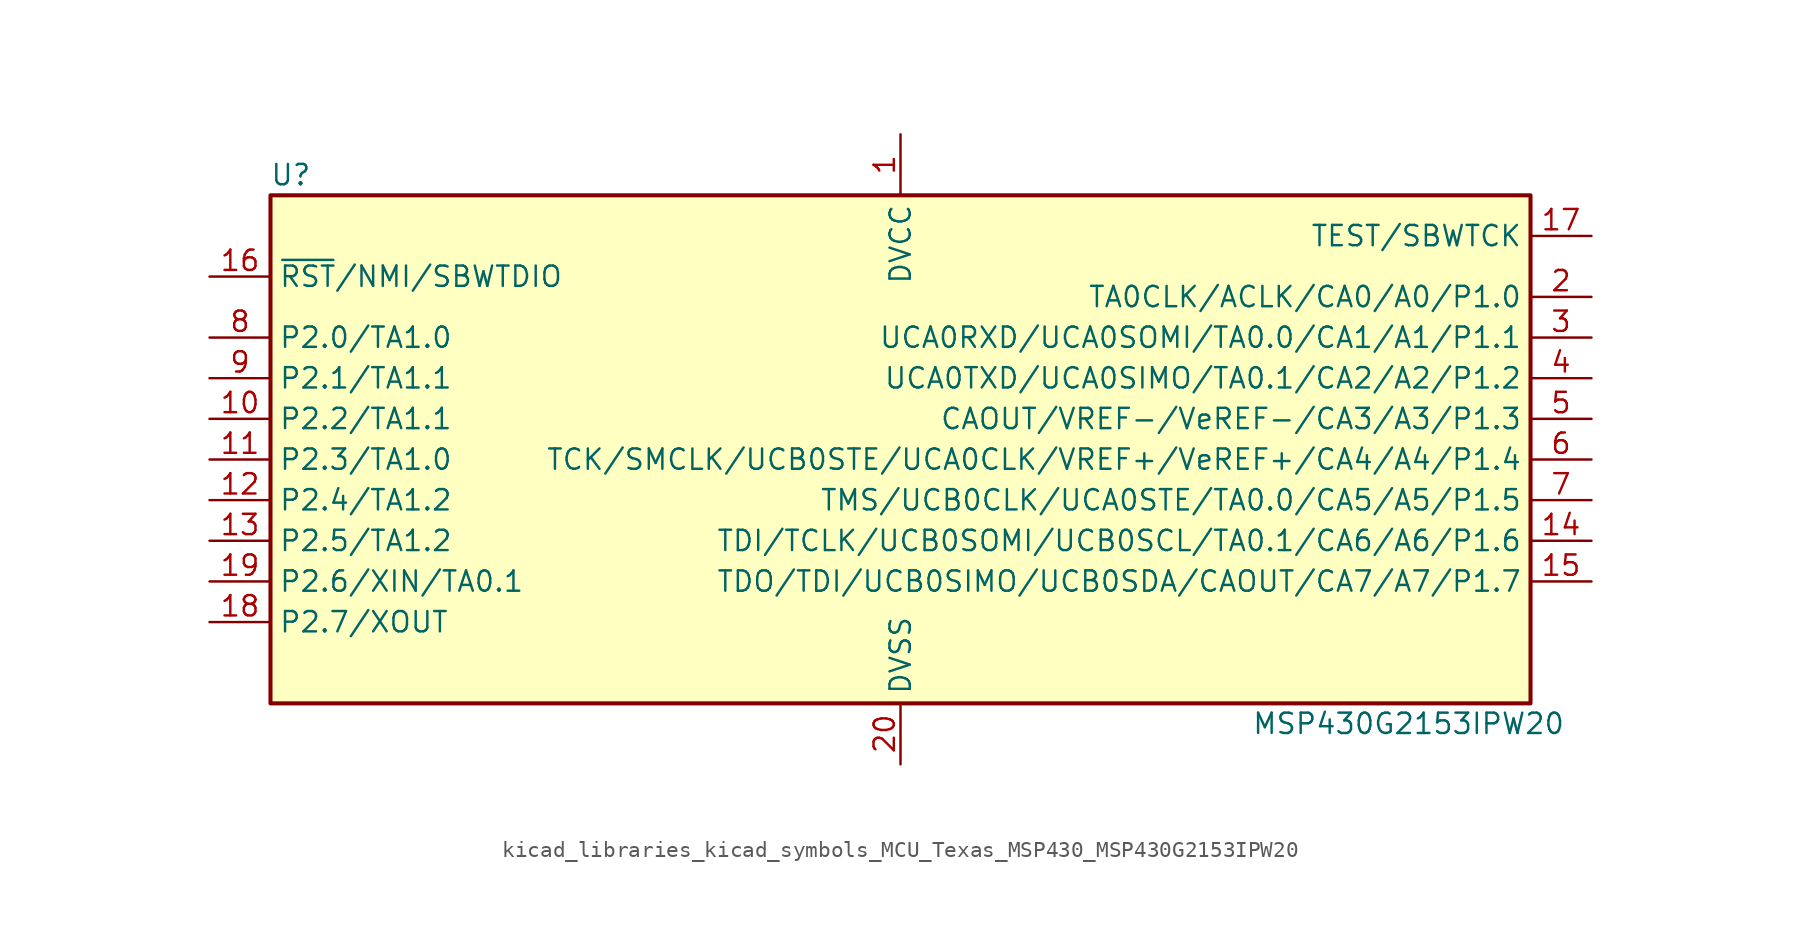
<source format=kicad_sym>
(kicad_symbol_lib
  (version 20220914)
  (generator kicad_symbol_editor)
  (symbol "kicad_libraries_kicad_symbols_MCU_Texas_MSP430_MSP430G2153IPW20"
    (property "Reference" "U"
      (at -38.1 17.78 0)
      (effects (font (size 1.27 1.27))))
    (property "Value" "MSP430G2153IPW20"
      (at 31.75 -16.51 0)
      (effects (font (size 1.27 1.27))))
    (symbol "kicad_libraries_kicad_symbols_MCU_Texas_MSP430_MSP430G2153IPW20_0_1"
      (rectangle (start -39.37 16.51) (end 39.37 -15.24) (stroke (width 0.254) (type default)) (fill (type background))))
    (symbol "kicad_libraries_kicad_symbols_MCU_Texas_MSP430_MSP430G2153IPW20_1_1"
      (pin power_in line (at 0 20.32 270) (length 3.81) (name "DVCC" (effects (font (size 1.27 1.27)))) (number "1" (effects (font (size 1.27 1.27)))))
      (pin bidirectional line (at -43.18 2.54 0) (length 3.81) (name "P2.2/TA1.1" (effects (font (size 1.27 1.27)))) (number "10" (effects (font (size 1.27 1.27)))))
      (pin bidirectional line (at -43.18 0 0) (length 3.81) (name "P2.3/TA1.0" (effects (font (size 1.27 1.27)))) (number "11" (effects (font (size 1.27 1.27)))))
      (pin bidirectional line (at -43.18 -2.54 0) (length 3.81) (name "P2.4/TA1.2" (effects (font (size 1.27 1.27)))) (number "12" (effects (font (size 1.27 1.27)))))
      (pin bidirectional line (at -43.18 -5.08 0) (length 3.81) (name "P2.5/TA1.2" (effects (font (size 1.27 1.27)))) (number "13" (effects (font (size 1.27 1.27)))))
      (pin bidirectional line (at 43.18 -5.08 180) (length 3.81) (name "TDI/TCLK/UCB0SOMI/UCB0SCL/TA0.1/CA6/A6/P1.6" (effects (font (size 1.27 1.27)))) (number "14" (effects (font (size 1.27 1.27)))))
      (pin bidirectional line (at 43.18 -7.62 180) (length 3.81) (name "TDO/TDI/UCB0SIMO/UCB0SDA/CAOUT/CA7/A7/P1.7" (effects (font (size 1.27 1.27)))) (number "15" (effects (font (size 1.27 1.27)))))
      (pin input line (at -43.18 11.43 0) (length 3.81) (name "~{RST}/NMI/SBWTDIO" (effects (font (size 1.27 1.27)))) (number "16" (effects (font (size 1.27 1.27)))))
      (pin input line (at 43.18 13.97 180) (length 3.81) (name "TEST/SBWTCK" (effects (font (size 1.27 1.27)))) (number "17" (effects (font (size 1.27 1.27)))))
      (pin bidirectional line (at -43.18 -10.16 0) (length 3.81) (name "P2.7/XOUT" (effects (font (size 1.27 1.27)))) (number "18" (effects (font (size 1.27 1.27)))))
      (pin bidirectional line (at -43.18 -7.62 0) (length 3.81) (name "P2.6/XIN/TA0.1" (effects (font (size 1.27 1.27)))) (number "19" (effects (font (size 1.27 1.27)))))
      (pin bidirectional line (at 43.18 10.16 180) (length 3.81) (name "TA0CLK/ACLK/CA0/A0/P1.0" (effects (font (size 1.27 1.27)))) (number "2" (effects (font (size 1.27 1.27)))))
      (pin power_in line (at 0 -19.05 90) (length 3.81) (name "DVSS" (effects (font (size 1.27 1.27)))) (number "20" (effects (font (size 1.27 1.27)))))
      (pin bidirectional line (at 43.18 7.62 180) (length 3.81) (name "UCA0RXD/UCA0SOMI/TA0.0/CA1/A1/P1.1" (effects (font (size 1.27 1.27)))) (number "3" (effects (font (size 1.27 1.27)))))
      (pin bidirectional line (at 43.18 5.08 180) (length 3.81) (name "UCA0TXD/UCA0SIMO/TA0.1/CA2/A2/P1.2" (effects (font (size 1.27 1.27)))) (number "4" (effects (font (size 1.27 1.27)))))
      (pin bidirectional line (at 43.18 2.54 180) (length 3.81) (name "CAOUT/VREF-/VeREF-/CA3/A3/P1.3" (effects (font (size 1.27 1.27)))) (number "5" (effects (font (size 1.27 1.27)))))
      (pin bidirectional line (at 43.18 0 180) (length 3.81) (name "TCK/SMCLK/UCB0STE/UCA0CLK/VREF+/VeREF+/CA4/A4/P1.4" (effects (font (size 1.27 1.27)))) (number "6" (effects (font (size 1.27 1.27)))))
      (pin bidirectional line (at 43.18 -2.54 180) (length 3.81) (name "TMS/UCB0CLK/UCA0STE/TA0.0/CA5/A5/P1.5" (effects (font (size 1.27 1.27)))) (number "7" (effects (font (size 1.27 1.27)))))
      (pin bidirectional line (at -43.18 7.62 0) (length 3.81) (name "P2.0/TA1.0" (effects (font (size 1.27 1.27)))) (number "8" (effects (font (size 1.27 1.27)))))
      (pin bidirectional line (at -43.18 5.08 0) (length 3.81) (name "P2.1/TA1.1" (effects (font (size 1.27 1.27)))) (number "9" (effects (font (size 1.27 1.27))))))))
</source>
